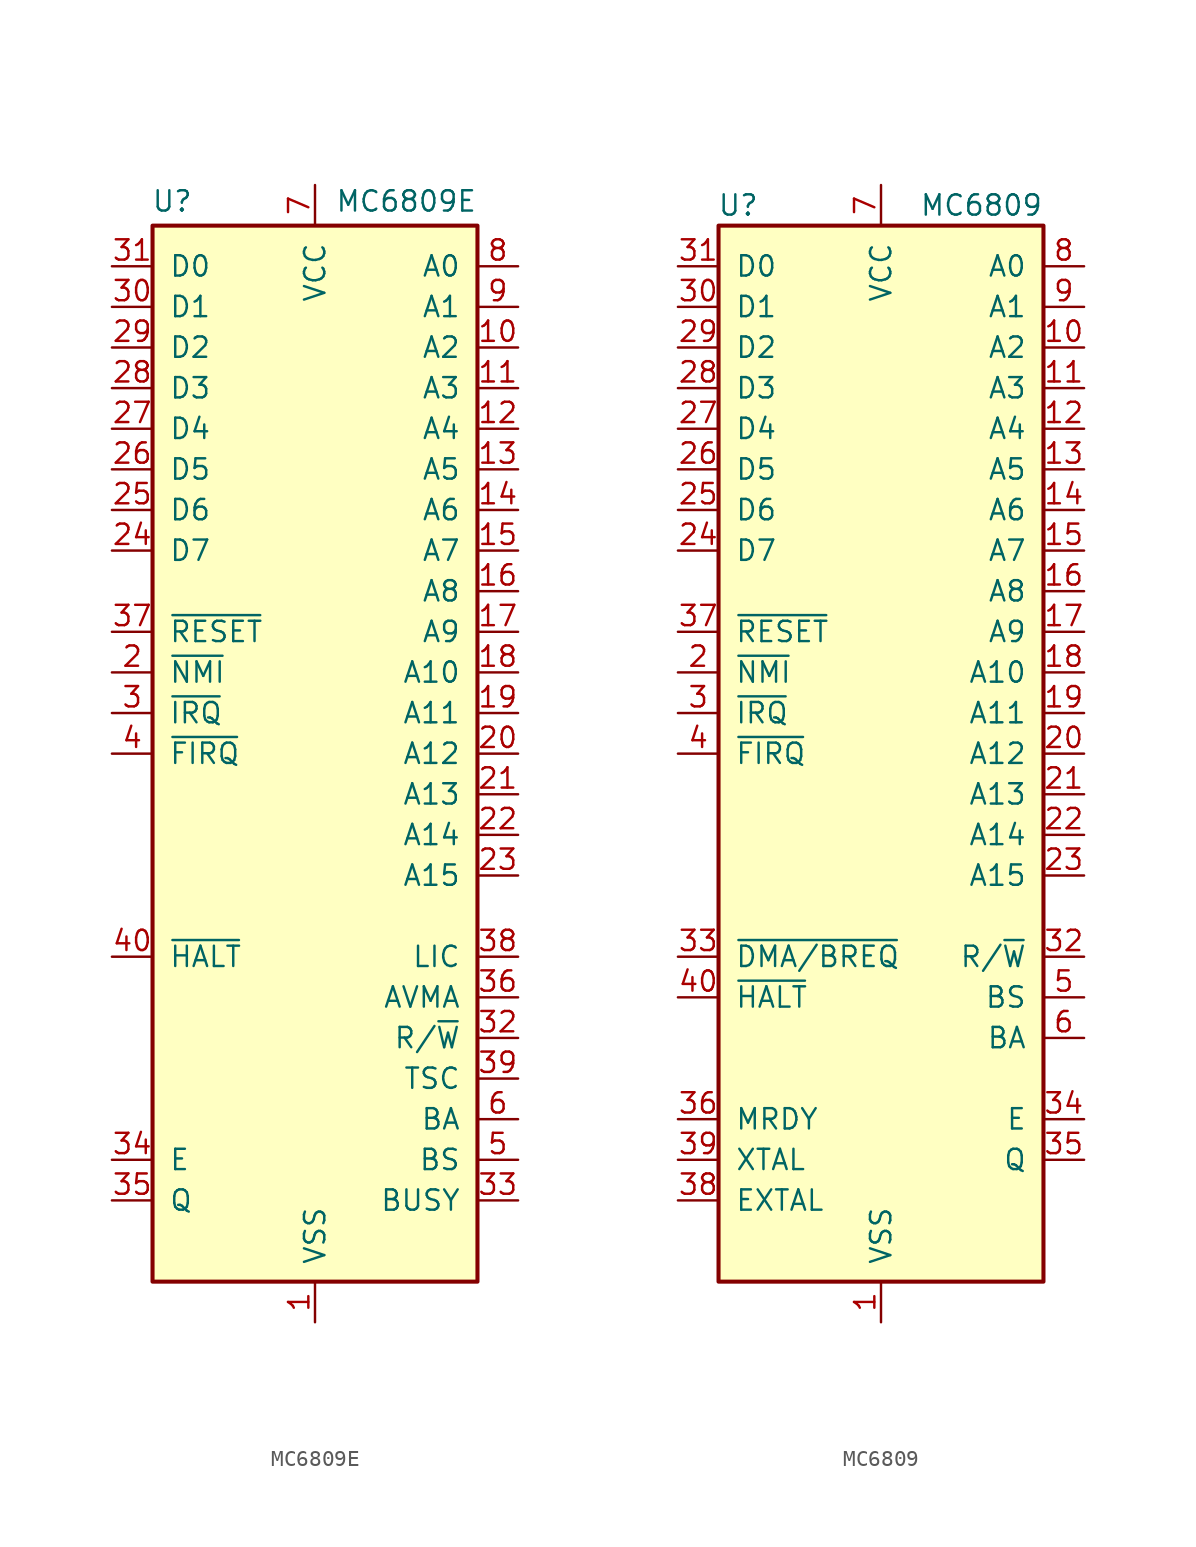
<source format=kicad_sym>
(kicad_symbol_lib
  (version 20201005)
  (generator kicad_symbol_editor)
  (symbol "MC6809E"
    (pin_names
      (offset 1.016))
    (property "Reference" "U"
      (at -7.62 34.544 0)
      (effects (font (size 1.27 1.27)) (justify right)))
    (property "Value" "MC6809E"
      (at 10.16 34.544 0)
      (effects (font (size 1.27 1.27)) (justify right)))
    (symbol "MC6809E_0_1"
      (rectangle (start -10.16 -33.02) (end 10.16 33.02) (stroke (width 0.254)) (fill (type background))))
    (symbol "MC6809E_1_1"
      (pin power_in line (at 0 -35.56 90) (length 2.54) (name "VSS" (effects (font (size 1.27 1.27)))) (number "1" (effects (font (size 1.27 1.27)))))
      (pin input line (at -12.7 5.08 0) (length 2.54) (name "~NMI" (effects (font (size 1.27 1.27)))) (number "2" (effects (font (size 1.27 1.27)))))
      (pin input line (at -12.7 2.54 0) (length 2.54) (name "~IRQ" (effects (font (size 1.27 1.27)))) (number "3" (effects (font (size 1.27 1.27)))))
      (pin input line (at -12.7 0 0) (length 2.54) (name "~FIRQ" (effects (font (size 1.27 1.27)))) (number "4" (effects (font (size 1.27 1.27)))))
      (pin output line (at 12.7 -25.4 180) (length 2.54) (name "BS" (effects (font (size 1.27 1.27)))) (number "5" (effects (font (size 1.27 1.27)))))
      (pin output line (at 12.7 -22.86 180) (length 2.54) (name "BA" (effects (font (size 1.27 1.27)))) (number "6" (effects (font (size 1.27 1.27)))))
      (pin power_in line (at 0 35.56 270) (length 2.54) (name "VCC" (effects (font (size 1.27 1.27)))) (number "7" (effects (font (size 1.27 1.27)))))
      (pin output line (at 12.7 30.48 180) (length 2.54) (name "A0" (effects (font (size 1.27 1.27)))) (number "8" (effects (font (size 1.27 1.27)))))
      (pin output line (at 12.7 27.94 180) (length 2.54) (name "A1" (effects (font (size 1.27 1.27)))) (number "9" (effects (font (size 1.27 1.27)))))
      (pin output line (at 12.7 25.4 180) (length 2.54) (name "A2" (effects (font (size 1.27 1.27)))) (number "10" (effects (font (size 1.27 1.27)))))
      (pin output line (at 12.7 0 180) (length 2.54) (name "A12" (effects (font (size 1.27 1.27)))) (number "20" (effects (font (size 1.27 1.27)))))
      (pin bidirectional line (at -12.7 27.94 0) (length 2.54) (name "D1" (effects (font (size 1.27 1.27)))) (number "30" (effects (font (size 1.27 1.27)))))
      (pin input line (at -12.7 -12.7 0) (length 2.54) (name "~HALT" (effects (font (size 1.27 1.27)))) (number "40" (effects (font (size 1.27 1.27)))))
      (pin output line (at 12.7 22.86 180) (length 2.54) (name "A3" (effects (font (size 1.27 1.27)))) (number "11" (effects (font (size 1.27 1.27)))))
      (pin output line (at 12.7 -2.54 180) (length 2.54) (name "A13" (effects (font (size 1.27 1.27)))) (number "21" (effects (font (size 1.27 1.27)))))
      (pin bidirectional line (at -12.7 30.48 0) (length 2.54) (name "D0" (effects (font (size 1.27 1.27)))) (number "31" (effects (font (size 1.27 1.27)))))
      (pin output line (at 12.7 20.32 180) (length 2.54) (name "A4" (effects (font (size 1.27 1.27)))) (number "12" (effects (font (size 1.27 1.27)))))
      (pin output line (at 12.7 -5.08 180) (length 2.54) (name "A14" (effects (font (size 1.27 1.27)))) (number "22" (effects (font (size 1.27 1.27)))))
      (pin output line (at 12.7 -17.78 180) (length 2.54) (name "R/~W" (effects (font (size 1.27 1.27)))) (number "32" (effects (font (size 1.27 1.27)))))
      (pin output line (at 12.7 17.78 180) (length 2.54) (name "A5" (effects (font (size 1.27 1.27)))) (number "13" (effects (font (size 1.27 1.27)))))
      (pin output line (at 12.7 -7.62 180) (length 2.54) (name "A15" (effects (font (size 1.27 1.27)))) (number "23" (effects (font (size 1.27 1.27)))))
      (pin output line (at 12.7 -27.94 180) (length 2.54) (name "BUSY" (effects (font (size 1.27 1.27)))) (number "33" (effects (font (size 1.27 1.27)))))
      (pin output line (at 12.7 15.24 180) (length 2.54) (name "A6" (effects (font (size 1.27 1.27)))) (number "14" (effects (font (size 1.27 1.27)))))
      (pin bidirectional line (at -12.7 12.7 0) (length 2.54) (name "D7" (effects (font (size 1.27 1.27)))) (number "24" (effects (font (size 1.27 1.27)))))
      (pin input line (at -12.7 -25.4 0) (length 2.54) (name "E" (effects (font (size 1.27 1.27)))) (number "34" (effects (font (size 1.27 1.27)))))
      (pin output line (at 12.7 12.7 180) (length 2.54) (name "A7" (effects (font (size 1.27 1.27)))) (number "15" (effects (font (size 1.27 1.27)))))
      (pin bidirectional line (at -12.7 15.24 0) (length 2.54) (name "D6" (effects (font (size 1.27 1.27)))) (number "25" (effects (font (size 1.27 1.27)))))
      (pin input line (at -12.7 -27.94 0) (length 2.54) (name "Q" (effects (font (size 1.27 1.27)))) (number "35" (effects (font (size 1.27 1.27)))))
      (pin output line (at 12.7 10.16 180) (length 2.54) (name "A8" (effects (font (size 1.27 1.27)))) (number "16" (effects (font (size 1.27 1.27)))))
      (pin bidirectional line (at -12.7 17.78 0) (length 2.54) (name "D5" (effects (font (size 1.27 1.27)))) (number "26" (effects (font (size 1.27 1.27)))))
      (pin output line (at 12.7 -15.24 180) (length 2.54) (name "AVMA" (effects (font (size 1.27 1.27)))) (number "36" (effects (font (size 1.27 1.27)))))
      (pin output line (at 12.7 7.62 180) (length 2.54) (name "A9" (effects (font (size 1.27 1.27)))) (number "17" (effects (font (size 1.27 1.27)))))
      (pin bidirectional line (at -12.7 20.32 0) (length 2.54) (name "D4" (effects (font (size 1.27 1.27)))) (number "27" (effects (font (size 1.27 1.27)))))
      (pin input line (at -12.7 7.62 0) (length 2.54) (name "~RESET" (effects (font (size 1.27 1.27)))) (number "37" (effects (font (size 1.27 1.27)))))
      (pin output line (at 12.7 5.08 180) (length 2.54) (name "A10" (effects (font (size 1.27 1.27)))) (number "18" (effects (font (size 1.27 1.27)))))
      (pin bidirectional line (at -12.7 22.86 0) (length 2.54) (name "D3" (effects (font (size 1.27 1.27)))) (number "28" (effects (font (size 1.27 1.27)))))
      (pin output line (at 12.7 -12.7 180) (length 2.54) (name "LIC" (effects (font (size 1.27 1.27)))) (number "38" (effects (font (size 1.27 1.27)))))
      (pin output line (at 12.7 2.54 180) (length 2.54) (name "A11" (effects (font (size 1.27 1.27)))) (number "19" (effects (font (size 1.27 1.27)))))
      (pin bidirectional line (at -12.7 25.4 0) (length 2.54) (name "D2" (effects (font (size 1.27 1.27)))) (number "29" (effects (font (size 1.27 1.27)))))
      (pin output line (at 12.7 -20.32 180) (length 2.54) (name "TSC" (effects (font (size 1.27 1.27)))) (number "39" (effects (font (size 1.27 1.27)))))))
  (symbol "MC6809"
    (pin_names
      (offset 1.016))
    (property "Reference" "U"
      (at -7.62 34.29 0)
      (effects (font (size 1.27 1.27)) (justify right)))
    (property "Value" "MC6809"
      (at 10.16 34.29 0)
      (effects (font (size 1.27 1.27)) (justify right)))
    (symbol "MC6809_0_1"
      (rectangle (start -10.16 -33.02) (end 10.16 33.02) (stroke (width 0.254)) (fill (type background))))
    (symbol "MC6809_1_1"
      (pin power_in line (at 0 -35.56 90) (length 2.54) (name "VSS" (effects (font (size 1.27 1.27)))) (number "1" (effects (font (size 1.27 1.27)))))
      (pin input line (at -12.7 5.08 0) (length 2.54) (name "~NMI" (effects (font (size 1.27 1.27)))) (number "2" (effects (font (size 1.27 1.27)))))
      (pin input line (at -12.7 2.54 0) (length 2.54) (name "~IRQ" (effects (font (size 1.27 1.27)))) (number "3" (effects (font (size 1.27 1.27)))))
      (pin input line (at -12.7 0 0) (length 2.54) (name "~FIRQ" (effects (font (size 1.27 1.27)))) (number "4" (effects (font (size 1.27 1.27)))))
      (pin output line (at 12.7 -15.24 180) (length 2.54) (name "BS" (effects (font (size 1.27 1.27)))) (number "5" (effects (font (size 1.27 1.27)))))
      (pin output line (at 12.7 -17.78 180) (length 2.54) (name "BA" (effects (font (size 1.27 1.27)))) (number "6" (effects (font (size 1.27 1.27)))))
      (pin power_in line (at 0 35.56 270) (length 2.54) (name "VCC" (effects (font (size 1.27 1.27)))) (number "7" (effects (font (size 1.27 1.27)))))
      (pin output line (at 12.7 30.48 180) (length 2.54) (name "A0" (effects (font (size 1.27 1.27)))) (number "8" (effects (font (size 1.27 1.27)))))
      (pin output line (at 12.7 27.94 180) (length 2.54) (name "A1" (effects (font (size 1.27 1.27)))) (number "9" (effects (font (size 1.27 1.27)))))
      (pin output line (at 12.7 25.4 180) (length 2.54) (name "A2" (effects (font (size 1.27 1.27)))) (number "10" (effects (font (size 1.27 1.27)))))
      (pin output line (at 12.7 0 180) (length 2.54) (name "A12" (effects (font (size 1.27 1.27)))) (number "20" (effects (font (size 1.27 1.27)))))
      (pin bidirectional line (at -12.7 27.94 0) (length 2.54) (name "D1" (effects (font (size 1.27 1.27)))) (number "30" (effects (font (size 1.27 1.27)))))
      (pin input line (at -12.7 -15.24 0) (length 2.54) (name "~HALT" (effects (font (size 1.27 1.27)))) (number "40" (effects (font (size 1.27 1.27)))))
      (pin output line (at 12.7 22.86 180) (length 2.54) (name "A3" (effects (font (size 1.27 1.27)))) (number "11" (effects (font (size 1.27 1.27)))))
      (pin output line (at 12.7 -2.54 180) (length 2.54) (name "A13" (effects (font (size 1.27 1.27)))) (number "21" (effects (font (size 1.27 1.27)))))
      (pin bidirectional line (at -12.7 30.48 0) (length 2.54) (name "D0" (effects (font (size 1.27 1.27)))) (number "31" (effects (font (size 1.27 1.27)))))
      (pin output line (at 12.7 20.32 180) (length 2.54) (name "A4" (effects (font (size 1.27 1.27)))) (number "12" (effects (font (size 1.27 1.27)))))
      (pin output line (at 12.7 -5.08 180) (length 2.54) (name "A14" (effects (font (size 1.27 1.27)))) (number "22" (effects (font (size 1.27 1.27)))))
      (pin output line (at 12.7 -12.7 180) (length 2.54) (name "R/~W" (effects (font (size 1.27 1.27)))) (number "32" (effects (font (size 1.27 1.27)))))
      (pin output line (at 12.7 17.78 180) (length 2.54) (name "A5" (effects (font (size 1.27 1.27)))) (number "13" (effects (font (size 1.27 1.27)))))
      (pin output line (at 12.7 -7.62 180) (length 2.54) (name "A15" (effects (font (size 1.27 1.27)))) (number "23" (effects (font (size 1.27 1.27)))))
      (pin input line (at -12.7 -12.7 0) (length 2.54) (name "~DMA/BREQ" (effects (font (size 1.27 1.27)))) (number "33" (effects (font (size 1.27 1.27)))))
      (pin output line (at 12.7 15.24 180) (length 2.54) (name "A6" (effects (font (size 1.27 1.27)))) (number "14" (effects (font (size 1.27 1.27)))))
      (pin bidirectional line (at -12.7 12.7 0) (length 2.54) (name "D7" (effects (font (size 1.27 1.27)))) (number "24" (effects (font (size 1.27 1.27)))))
      (pin output line (at 12.7 -22.86 180) (length 2.54) (name "E" (effects (font (size 1.27 1.27)))) (number "34" (effects (font (size 1.27 1.27)))))
      (pin output line (at 12.7 12.7 180) (length 2.54) (name "A7" (effects (font (size 1.27 1.27)))) (number "15" (effects (font (size 1.27 1.27)))))
      (pin bidirectional line (at -12.7 15.24 0) (length 2.54) (name "D6" (effects (font (size 1.27 1.27)))) (number "25" (effects (font (size 1.27 1.27)))))
      (pin output line (at 12.7 -25.4 180) (length 2.54) (name "Q" (effects (font (size 1.27 1.27)))) (number "35" (effects (font (size 1.27 1.27)))))
      (pin output line (at 12.7 10.16 180) (length 2.54) (name "A8" (effects (font (size 1.27 1.27)))) (number "16" (effects (font (size 1.27 1.27)))))
      (pin bidirectional line (at -12.7 17.78 0) (length 2.54) (name "D5" (effects (font (size 1.27 1.27)))) (number "26" (effects (font (size 1.27 1.27)))))
      (pin input line (at -12.7 -22.86 0) (length 2.54) (name "MRDY" (effects (font (size 1.27 1.27)))) (number "36" (effects (font (size 1.27 1.27)))))
      (pin output line (at 12.7 7.62 180) (length 2.54) (name "A9" (effects (font (size 1.27 1.27)))) (number "17" (effects (font (size 1.27 1.27)))))
      (pin bidirectional line (at -12.7 20.32 0) (length 2.54) (name "D4" (effects (font (size 1.27 1.27)))) (number "27" (effects (font (size 1.27 1.27)))))
      (pin input line (at -12.7 7.62 0) (length 2.54) (name "~RESET" (effects (font (size 1.27 1.27)))) (number "37" (effects (font (size 1.27 1.27)))))
      (pin output line (at 12.7 5.08 180) (length 2.54) (name "A10" (effects (font (size 1.27 1.27)))) (number "18" (effects (font (size 1.27 1.27)))))
      (pin bidirectional line (at -12.7 22.86 0) (length 2.54) (name "D3" (effects (font (size 1.27 1.27)))) (number "28" (effects (font (size 1.27 1.27)))))
      (pin input line (at -12.7 -27.94 0) (length 2.54) (name "EXTAL" (effects (font (size 1.27 1.27)))) (number "38" (effects (font (size 1.27 1.27)))))
      (pin output line (at 12.7 2.54 180) (length 2.54) (name "A11" (effects (font (size 1.27 1.27)))) (number "19" (effects (font (size 1.27 1.27)))))
      (pin bidirectional line (at -12.7 25.4 0) (length 2.54) (name "D2" (effects (font (size 1.27 1.27)))) (number "29" (effects (font (size 1.27 1.27)))))
      (pin input line (at -12.7 -25.4 0) (length 2.54) (name "XTAL" (effects (font (size 1.27 1.27)))) (number "39" (effects (font (size 1.27 1.27))))))))
</source>
